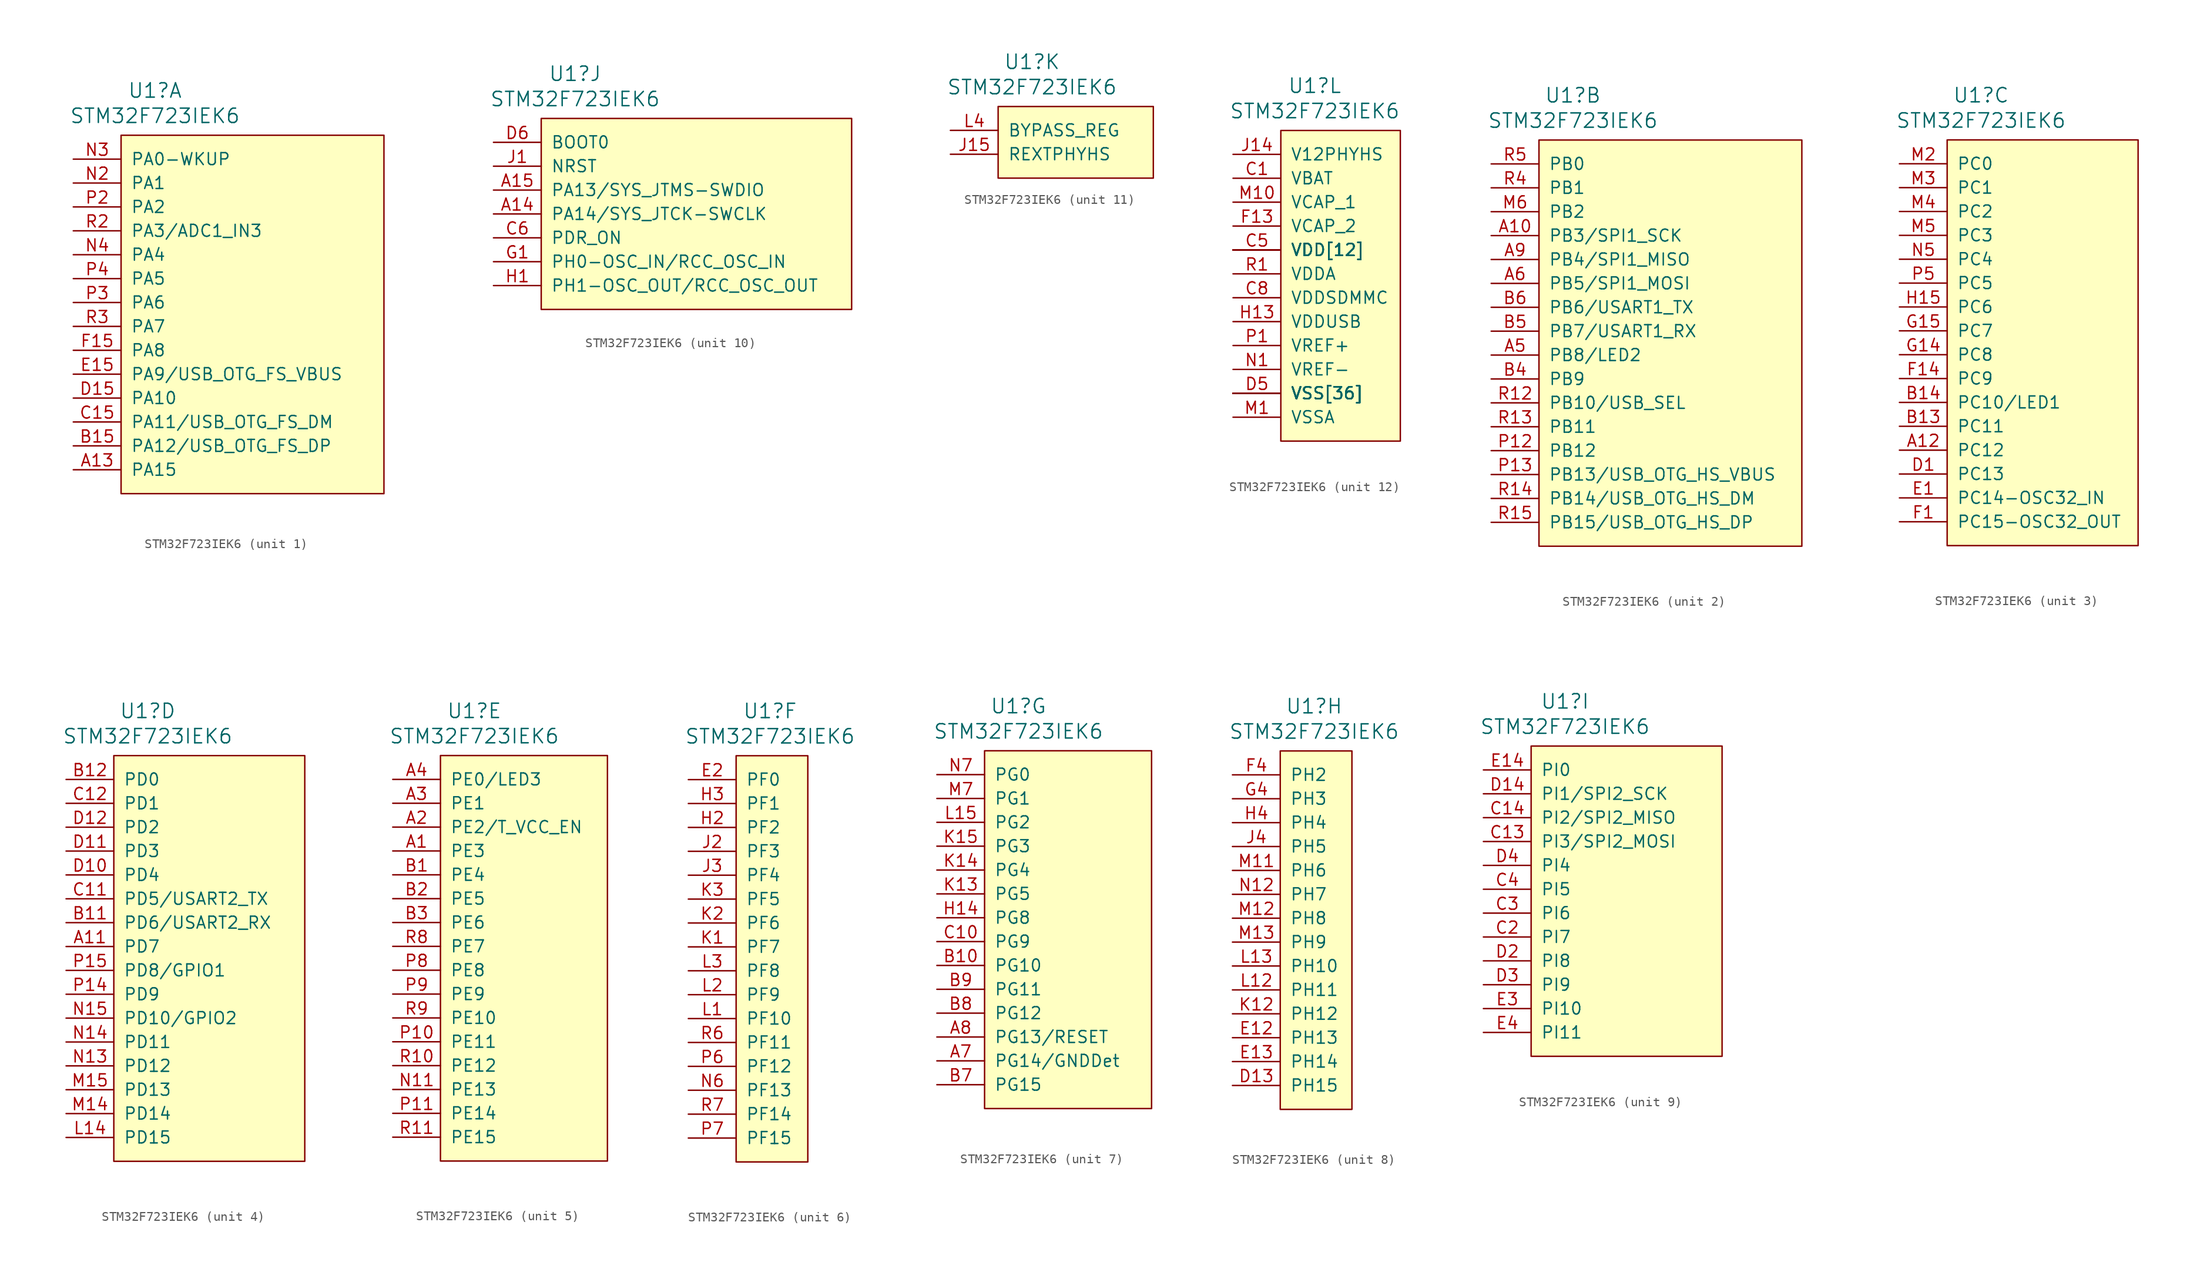
<source format=kicad_sym>
(kicad_symbol_lib
  (version 20231120)
  (generator "kicad_symbol_editor")
  (generator_version "8.0")
  (symbol "STM32F723IEK6"
    (pin_names
      (offset 1.016))
    (property "Reference" "U1"
      (at 8.687 7.29 0)
      (effects (font (size 1.524 1.524))))
    (property "Value" "STM32F723IEK6"
      (at 8.687 4.597 0)
      (effects (font (size 1.524 1.524))))
    (property "ki_locked" ""
      (at 0 0 0)
      (effects (font (size 1.27 1.27))))
    (symbol "STM32F723IEK6_1_1"
      (rectangle (start 5.08 2.54) (end 33.02 -35.56) (stroke (width 0) (type solid)) (fill (type background)))
      (pin bidirectional line (at 0 -33.02 0) (length 5.08) (name "PA15" (effects (font (size 1.27 1.27)))) (number "A13" (effects (font (size 1.27 1.27)))))
      (pin bidirectional line (at 0 -30.48 0) (length 5.08) (name "PA12/USB_OTG_FS_DP" (effects (font (size 1.27 1.27)))) (number "B15" (effects (font (size 1.27 1.27)))))
      (pin bidirectional line (at 0 -27.94 0) (length 5.08) (name "PA11/USB_OTG_FS_DM" (effects (font (size 1.27 1.27)))) (number "C15" (effects (font (size 1.27 1.27)))))
      (pin bidirectional line (at 0 -25.4 0) (length 5.08) (name "PA10" (effects (font (size 1.27 1.27)))) (number "D15" (effects (font (size 1.27 1.27)))))
      (pin bidirectional line (at 0 -22.86 0) (length 5.08) (name "PA9/USB_OTG_FS_VBUS" (effects (font (size 1.27 1.27)))) (number "E15" (effects (font (size 1.27 1.27)))))
      (pin bidirectional line (at 0 -20.32 0) (length 5.08) (name "PA8" (effects (font (size 1.27 1.27)))) (number "F15" (effects (font (size 1.27 1.27)))))
      (pin bidirectional line (at 0 -2.54 0) (length 5.08) (name "PA1" (effects (font (size 1.27 1.27)))) (number "N2" (effects (font (size 1.27 1.27)))))
      (pin bidirectional line (at 0 0 0) (length 5.08) (name "PA0-WKUP" (effects (font (size 1.27 1.27)))) (number "N3" (effects (font (size 1.27 1.27)))))
      (pin bidirectional line (at 0 -10.16 0) (length 5.08) (name "PA4" (effects (font (size 1.27 1.27)))) (number "N4" (effects (font (size 1.27 1.27)))))
      (pin bidirectional line (at 0 -5.08 0) (length 5.08) (name "PA2" (effects (font (size 1.27 1.27)))) (number "P2" (effects (font (size 1.27 1.27)))))
      (pin bidirectional line (at 0 -15.24 0) (length 5.08) (name "PA6" (effects (font (size 1.27 1.27)))) (number "P3" (effects (font (size 1.27 1.27)))))
      (pin bidirectional line (at 0 -12.7 0) (length 5.08) (name "PA5" (effects (font (size 1.27 1.27)))) (number "P4" (effects (font (size 1.27 1.27)))))
      (pin bidirectional line (at 0 -7.62 0) (length 5.08) (name "PA3/ADC1_IN3" (effects (font (size 1.27 1.27)))) (number "R2" (effects (font (size 1.27 1.27)))))
      (pin bidirectional line (at 0 -17.78 0) (length 5.08) (name "PA7" (effects (font (size 1.27 1.27)))) (number "R3" (effects (font (size 1.27 1.27))))))
    (symbol "STM32F723IEK6_2_1"
      (rectangle (start 5.08 2.54) (end 33.02 -40.64) (stroke (width 0) (type solid)) (fill (type background)))
      (pin bidirectional line (at 0 -7.62 0) (length 5.08) (name "PB3/SPI1_SCK" (effects (font (size 1.27 1.27)))) (number "A10" (effects (font (size 1.27 1.27)))))
      (pin output line (at 0 -20.32 0) (length 5.08) (name "PB8/LED2" (effects (font (size 1.27 1.27)))) (number "A5" (effects (font (size 1.27 1.27)))))
      (pin bidirectional line (at 0 -12.7 0) (length 5.08) (name "PB5/SPI1_MOSI" (effects (font (size 1.27 1.27)))) (number "A6" (effects (font (size 1.27 1.27)))))
      (pin bidirectional line (at 0 -10.16 0) (length 5.08) (name "PB4/SPI1_MISO" (effects (font (size 1.27 1.27)))) (number "A9" (effects (font (size 1.27 1.27)))))
      (pin bidirectional line (at 0 -22.86 0) (length 5.08) (name "PB9" (effects (font (size 1.27 1.27)))) (number "B4" (effects (font (size 1.27 1.27)))))
      (pin bidirectional line (at 0 -17.78 0) (length 5.08) (name "PB7/USART1_RX" (effects (font (size 1.27 1.27)))) (number "B5" (effects (font (size 1.27 1.27)))))
      (pin bidirectional line (at 0 -15.24 0) (length 5.08) (name "PB6/USART1_TX" (effects (font (size 1.27 1.27)))) (number "B6" (effects (font (size 1.27 1.27)))))
      (pin bidirectional line (at 0 -5.08 0) (length 5.08) (name "PB2" (effects (font (size 1.27 1.27)))) (number "M6" (effects (font (size 1.27 1.27)))))
      (pin bidirectional line (at 0 -30.48 0) (length 5.08) (name "PB12" (effects (font (size 1.27 1.27)))) (number "P12" (effects (font (size 1.27 1.27)))))
      (pin bidirectional line (at 0 -33.02 0) (length 5.08) (name "PB13/USB_OTG_HS_VBUS" (effects (font (size 1.27 1.27)))) (number "P13" (effects (font (size 1.27 1.27)))))
      (pin output line (at 0 -25.4 0) (length 5.08) (name "PB10/USB_SEL" (effects (font (size 1.27 1.27)))) (number "R12" (effects (font (size 1.27 1.27)))))
      (pin bidirectional line (at 0 -27.94 0) (length 5.08) (name "PB11" (effects (font (size 1.27 1.27)))) (number "R13" (effects (font (size 1.27 1.27)))))
      (pin bidirectional line (at 0 -35.56 0) (length 5.08) (name "PB14/USB_OTG_HS_DM" (effects (font (size 1.27 1.27)))) (number "R14" (effects (font (size 1.27 1.27)))))
      (pin bidirectional line (at 0 -38.1 0) (length 5.08) (name "PB15/USB_OTG_HS_DP" (effects (font (size 1.27 1.27)))) (number "R15" (effects (font (size 1.27 1.27)))))
      (pin bidirectional line (at 0 -2.54 0) (length 5.08) (name "PB1" (effects (font (size 1.27 1.27)))) (number "R4" (effects (font (size 1.27 1.27)))))
      (pin bidirectional line (at 0 0 0) (length 5.08) (name "PB0" (effects (font (size 1.27 1.27)))) (number "R5" (effects (font (size 1.27 1.27))))))
    (symbol "STM32F723IEK6_3_1"
      (rectangle (start 5.08 2.54) (end 25.4 -40.64) (stroke (width 0) (type solid)) (fill (type background)))
      (pin bidirectional line (at 0 -30.48 0) (length 5.08) (name "PC12" (effects (font (size 1.27 1.27)))) (number "A12" (effects (font (size 1.27 1.27)))))
      (pin bidirectional line (at 0 -27.94 0) (length 5.08) (name "PC11" (effects (font (size 1.27 1.27)))) (number "B13" (effects (font (size 1.27 1.27)))))
      (pin output line (at 0 -25.4 0) (length 5.08) (name "PC10/LED1" (effects (font (size 1.27 1.27)))) (number "B14" (effects (font (size 1.27 1.27)))))
      (pin bidirectional line (at 0 -33.02 0) (length 5.08) (name "PC13" (effects (font (size 1.27 1.27)))) (number "D1" (effects (font (size 1.27 1.27)))))
      (pin bidirectional line (at 0 -35.56 0) (length 5.08) (name "PC14-OSC32_IN" (effects (font (size 1.27 1.27)))) (number "E1" (effects (font (size 1.27 1.27)))))
      (pin bidirectional line (at 0 -38.1 0) (length 5.08) (name "PC15-OSC32_OUT" (effects (font (size 1.27 1.27)))) (number "F1" (effects (font (size 1.27 1.27)))))
      (pin bidirectional line (at 0 -22.86 0) (length 5.08) (name "PC9" (effects (font (size 1.27 1.27)))) (number "F14" (effects (font (size 1.27 1.27)))))
      (pin bidirectional line (at 0 -20.32 0) (length 5.08) (name "PC8" (effects (font (size 1.27 1.27)))) (number "G14" (effects (font (size 1.27 1.27)))))
      (pin bidirectional line (at 0 -17.78 0) (length 5.08) (name "PC7" (effects (font (size 1.27 1.27)))) (number "G15" (effects (font (size 1.27 1.27)))))
      (pin bidirectional line (at 0 -15.24 0) (length 5.08) (name "PC6" (effects (font (size 1.27 1.27)))) (number "H15" (effects (font (size 1.27 1.27)))))
      (pin bidirectional line (at 0 0 0) (length 5.08) (name "PC0" (effects (font (size 1.27 1.27)))) (number "M2" (effects (font (size 1.27 1.27)))))
      (pin bidirectional line (at 0 -2.54 0) (length 5.08) (name "PC1" (effects (font (size 1.27 1.27)))) (number "M3" (effects (font (size 1.27 1.27)))))
      (pin bidirectional line (at 0 -5.08 0) (length 5.08) (name "PC2" (effects (font (size 1.27 1.27)))) (number "M4" (effects (font (size 1.27 1.27)))))
      (pin bidirectional line (at 0 -7.62 0) (length 5.08) (name "PC3" (effects (font (size 1.27 1.27)))) (number "M5" (effects (font (size 1.27 1.27)))))
      (pin bidirectional line (at 0 -10.16 0) (length 5.08) (name "PC4" (effects (font (size 1.27 1.27)))) (number "N5" (effects (font (size 1.27 1.27)))))
      (pin bidirectional line (at 0 -12.7 0) (length 5.08) (name "PC5" (effects (font (size 1.27 1.27)))) (number "P5" (effects (font (size 1.27 1.27))))))
    (symbol "STM32F723IEK6_4_1"
      (rectangle (start 5.08 2.54) (end 25.4 -40.64) (stroke (width 0) (type solid)) (fill (type background)))
      (pin bidirectional line (at 0 -17.78 0) (length 5.08) (name "PD7" (effects (font (size 1.27 1.27)))) (number "A11" (effects (font (size 1.27 1.27)))))
      (pin bidirectional line (at 0 -15.24 0) (length 5.08) (name "PD6/USART2_RX" (effects (font (size 1.27 1.27)))) (number "B11" (effects (font (size 1.27 1.27)))))
      (pin bidirectional line (at 0 0 0) (length 5.08) (name "PD0" (effects (font (size 1.27 1.27)))) (number "B12" (effects (font (size 1.27 1.27)))))
      (pin bidirectional line (at 0 -12.7 0) (length 5.08) (name "PD5/USART2_TX" (effects (font (size 1.27 1.27)))) (number "C11" (effects (font (size 1.27 1.27)))))
      (pin bidirectional line (at 0 -2.54 0) (length 5.08) (name "PD1" (effects (font (size 1.27 1.27)))) (number "C12" (effects (font (size 1.27 1.27)))))
      (pin bidirectional line (at 0 -10.16 0) (length 5.08) (name "PD4" (effects (font (size 1.27 1.27)))) (number "D10" (effects (font (size 1.27 1.27)))))
      (pin bidirectional line (at 0 -7.62 0) (length 5.08) (name "PD3" (effects (font (size 1.27 1.27)))) (number "D11" (effects (font (size 1.27 1.27)))))
      (pin bidirectional line (at 0 -5.08 0) (length 5.08) (name "PD2" (effects (font (size 1.27 1.27)))) (number "D12" (effects (font (size 1.27 1.27)))))
      (pin bidirectional line (at 0 -38.1 0) (length 5.08) (name "PD15" (effects (font (size 1.27 1.27)))) (number "L14" (effects (font (size 1.27 1.27)))))
      (pin bidirectional line (at 0 -35.56 0) (length 5.08) (name "PD14" (effects (font (size 1.27 1.27)))) (number "M14" (effects (font (size 1.27 1.27)))))
      (pin bidirectional line (at 0 -33.02 0) (length 5.08) (name "PD13" (effects (font (size 1.27 1.27)))) (number "M15" (effects (font (size 1.27 1.27)))))
      (pin bidirectional line (at 0 -30.48 0) (length 5.08) (name "PD12" (effects (font (size 1.27 1.27)))) (number "N13" (effects (font (size 1.27 1.27)))))
      (pin bidirectional line (at 0 -27.94 0) (length 5.08) (name "PD11" (effects (font (size 1.27 1.27)))) (number "N14" (effects (font (size 1.27 1.27)))))
      (pin output line (at 0 -25.4 0) (length 5.08) (name "PD10/GPIO2" (effects (font (size 1.27 1.27)))) (number "N15" (effects (font (size 1.27 1.27)))))
      (pin bidirectional line (at 0 -22.86 0) (length 5.08) (name "PD9" (effects (font (size 1.27 1.27)))) (number "P14" (effects (font (size 1.27 1.27)))))
      (pin output line (at 0 -20.32 0) (length 5.08) (name "PD8/GPIO1" (effects (font (size 1.27 1.27)))) (number "P15" (effects (font (size 1.27 1.27))))))
    (symbol "STM32F723IEK6_5_1"
      (rectangle (start 5.08 2.54) (end 22.86 -40.64) (stroke (width 0) (type solid)) (fill (type background)))
      (pin bidirectional line (at 0 -7.62 0) (length 5.08) (name "PE3" (effects (font (size 1.27 1.27)))) (number "A1" (effects (font (size 1.27 1.27)))))
      (pin output line (at 0 -5.08 0) (length 5.08) (name "PE2/T_VCC_EN" (effects (font (size 1.27 1.27)))) (number "A2" (effects (font (size 1.27 1.27)))))
      (pin bidirectional line (at 0 -2.54 0) (length 5.08) (name "PE1" (effects (font (size 1.27 1.27)))) (number "A3" (effects (font (size 1.27 1.27)))))
      (pin output line (at 0 0 0) (length 5.08) (name "PE0/LED3" (effects (font (size 1.27 1.27)))) (number "A4" (effects (font (size 1.27 1.27)))))
      (pin bidirectional line (at 0 -10.16 0) (length 5.08) (name "PE4" (effects (font (size 1.27 1.27)))) (number "B1" (effects (font (size 1.27 1.27)))))
      (pin bidirectional line (at 0 -12.7 0) (length 5.08) (name "PE5" (effects (font (size 1.27 1.27)))) (number "B2" (effects (font (size 1.27 1.27)))))
      (pin bidirectional line (at 0 -15.24 0) (length 5.08) (name "PE6" (effects (font (size 1.27 1.27)))) (number "B3" (effects (font (size 1.27 1.27)))))
      (pin bidirectional line (at 0 -33.02 0) (length 5.08) (name "PE13" (effects (font (size 1.27 1.27)))) (number "N11" (effects (font (size 1.27 1.27)))))
      (pin bidirectional line (at 0 -27.94 0) (length 5.08) (name "PE11" (effects (font (size 1.27 1.27)))) (number "P10" (effects (font (size 1.27 1.27)))))
      (pin bidirectional line (at 0 -35.56 0) (length 5.08) (name "PE14" (effects (font (size 1.27 1.27)))) (number "P11" (effects (font (size 1.27 1.27)))))
      (pin bidirectional line (at 0 -20.32 0) (length 5.08) (name "PE8" (effects (font (size 1.27 1.27)))) (number "P8" (effects (font (size 1.27 1.27)))))
      (pin bidirectional line (at 0 -22.86 0) (length 5.08) (name "PE9" (effects (font (size 1.27 1.27)))) (number "P9" (effects (font (size 1.27 1.27)))))
      (pin bidirectional line (at 0 -30.48 0) (length 5.08) (name "PE12" (effects (font (size 1.27 1.27)))) (number "R10" (effects (font (size 1.27 1.27)))))
      (pin bidirectional line (at 0 -38.1 0) (length 5.08) (name "PE15" (effects (font (size 1.27 1.27)))) (number "R11" (effects (font (size 1.27 1.27)))))
      (pin bidirectional line (at 0 -17.78 0) (length 5.08) (name "PE7" (effects (font (size 1.27 1.27)))) (number "R8" (effects (font (size 1.27 1.27)))))
      (pin bidirectional line (at 0 -25.4 0) (length 5.08) (name "PE10" (effects (font (size 1.27 1.27)))) (number "R9" (effects (font (size 1.27 1.27))))))
    (symbol "STM32F723IEK6_6_1"
      (rectangle (start 5.08 2.54) (end 12.7 -40.64) (stroke (width 0) (type solid)) (fill (type background)))
      (pin bidirectional line (at 0 0 0) (length 5.08) (name "PF0" (effects (font (size 1.27 1.27)))) (number "E2" (effects (font (size 1.27 1.27)))))
      (pin bidirectional line (at 0 -5.08 0) (length 5.08) (name "PF2" (effects (font (size 1.27 1.27)))) (number "H2" (effects (font (size 1.27 1.27)))))
      (pin bidirectional line (at 0 -2.54 0) (length 5.08) (name "PF1" (effects (font (size 1.27 1.27)))) (number "H3" (effects (font (size 1.27 1.27)))))
      (pin bidirectional line (at 0 -7.62 0) (length 5.08) (name "PF3" (effects (font (size 1.27 1.27)))) (number "J2" (effects (font (size 1.27 1.27)))))
      (pin bidirectional line (at 0 -10.16 0) (length 5.08) (name "PF4" (effects (font (size 1.27 1.27)))) (number "J3" (effects (font (size 1.27 1.27)))))
      (pin bidirectional line (at 0 -17.78 0) (length 5.08) (name "PF7" (effects (font (size 1.27 1.27)))) (number "K1" (effects (font (size 1.27 1.27)))))
      (pin bidirectional line (at 0 -15.24 0) (length 5.08) (name "PF6" (effects (font (size 1.27 1.27)))) (number "K2" (effects (font (size 1.27 1.27)))))
      (pin bidirectional line (at 0 -12.7 0) (length 5.08) (name "PF5" (effects (font (size 1.27 1.27)))) (number "K3" (effects (font (size 1.27 1.27)))))
      (pin bidirectional line (at 0 -25.4 0) (length 5.08) (name "PF10" (effects (font (size 1.27 1.27)))) (number "L1" (effects (font (size 1.27 1.27)))))
      (pin bidirectional line (at 0 -22.86 0) (length 5.08) (name "PF9" (effects (font (size 1.27 1.27)))) (number "L2" (effects (font (size 1.27 1.27)))))
      (pin bidirectional line (at 0 -20.32 0) (length 5.08) (name "PF8" (effects (font (size 1.27 1.27)))) (number "L3" (effects (font (size 1.27 1.27)))))
      (pin bidirectional line (at 0 -33.02 0) (length 5.08) (name "PF13" (effects (font (size 1.27 1.27)))) (number "N6" (effects (font (size 1.27 1.27)))))
      (pin bidirectional line (at 0 -30.48 0) (length 5.08) (name "PF12" (effects (font (size 1.27 1.27)))) (number "P6" (effects (font (size 1.27 1.27)))))
      (pin bidirectional line (at 0 -38.1 0) (length 5.08) (name "PF15" (effects (font (size 1.27 1.27)))) (number "P7" (effects (font (size 1.27 1.27)))))
      (pin bidirectional line (at 0 -27.94 0) (length 5.08) (name "PF11" (effects (font (size 1.27 1.27)))) (number "R6" (effects (font (size 1.27 1.27)))))
      (pin bidirectional line (at 0 -35.56 0) (length 5.08) (name "PF14" (effects (font (size 1.27 1.27)))) (number "R7" (effects (font (size 1.27 1.27))))))
    (symbol "STM32F723IEK6_7_1"
      (rectangle (start 5.08 2.54) (end 22.86 -35.56) (stroke (width 0) (type solid)) (fill (type background)))
      (pin output line (at 0 -30.48 0) (length 5.08) (name "PG14/GNDDet" (effects (font (size 1.27 1.27)))) (number "A7" (effects (font (size 1.27 1.27)))))
      (pin output line (at 0 -27.94 0) (length 5.08) (name "PG13/RESET" (effects (font (size 1.27 1.27)))) (number "A8" (effects (font (size 1.27 1.27)))))
      (pin bidirectional line (at 0 -20.32 0) (length 5.08) (name "PG10" (effects (font (size 1.27 1.27)))) (number "B10" (effects (font (size 1.27 1.27)))))
      (pin bidirectional line (at 0 -33.02 0) (length 5.08) (name "PG15" (effects (font (size 1.27 1.27)))) (number "B7" (effects (font (size 1.27 1.27)))))
      (pin bidirectional line (at 0 -25.4 0) (length 5.08) (name "PG12" (effects (font (size 1.27 1.27)))) (number "B8" (effects (font (size 1.27 1.27)))))
      (pin bidirectional line (at 0 -22.86 0) (length 5.08) (name "PG11" (effects (font (size 1.27 1.27)))) (number "B9" (effects (font (size 1.27 1.27)))))
      (pin bidirectional line (at 0 -17.78 0) (length 5.08) (name "PG9" (effects (font (size 1.27 1.27)))) (number "C10" (effects (font (size 1.27 1.27)))))
      (pin bidirectional line (at 0 -15.24 0) (length 5.08) (name "PG8" (effects (font (size 1.27 1.27)))) (number "H14" (effects (font (size 1.27 1.27)))))
      (pin bidirectional line (at 0 -12.7 0) (length 5.08) (name "PG5" (effects (font (size 1.27 1.27)))) (number "K13" (effects (font (size 1.27 1.27)))))
      (pin bidirectional line (at 0 -10.16 0) (length 5.08) (name "PG4" (effects (font (size 1.27 1.27)))) (number "K14" (effects (font (size 1.27 1.27)))))
      (pin bidirectional line (at 0 -7.62 0) (length 5.08) (name "PG3" (effects (font (size 1.27 1.27)))) (number "K15" (effects (font (size 1.27 1.27)))))
      (pin bidirectional line (at 0 -5.08 0) (length 5.08) (name "PG2" (effects (font (size 1.27 1.27)))) (number "L15" (effects (font (size 1.27 1.27)))))
      (pin bidirectional line (at 0 -2.54 0) (length 5.08) (name "PG1" (effects (font (size 1.27 1.27)))) (number "M7" (effects (font (size 1.27 1.27)))))
      (pin bidirectional line (at 0 0 0) (length 5.08) (name "PG0" (effects (font (size 1.27 1.27)))) (number "N7" (effects (font (size 1.27 1.27))))))
    (symbol "STM32F723IEK6_8_1"
      (rectangle (start 5.08 2.54) (end 12.7 -35.56) (stroke (width 0) (type solid)) (fill (type background)))
      (pin bidirectional line (at 0 -33.02 0) (length 5.08) (name "PH15" (effects (font (size 1.27 1.27)))) (number "D13" (effects (font (size 1.27 1.27)))))
      (pin bidirectional line (at 0 -27.94 0) (length 5.08) (name "PH13" (effects (font (size 1.27 1.27)))) (number "E12" (effects (font (size 1.27 1.27)))))
      (pin bidirectional line (at 0 -30.48 0) (length 5.08) (name "PH14" (effects (font (size 1.27 1.27)))) (number "E13" (effects (font (size 1.27 1.27)))))
      (pin bidirectional line (at 0 0 0) (length 5.08) (name "PH2" (effects (font (size 1.27 1.27)))) (number "F4" (effects (font (size 1.27 1.27)))))
      (pin bidirectional line (at 0 -2.54 0) (length 5.08) (name "PH3" (effects (font (size 1.27 1.27)))) (number "G4" (effects (font (size 1.27 1.27)))))
      (pin bidirectional line (at 0 -5.08 0) (length 5.08) (name "PH4" (effects (font (size 1.27 1.27)))) (number "H4" (effects (font (size 1.27 1.27)))))
      (pin bidirectional line (at 0 -7.62 0) (length 5.08) (name "PH5" (effects (font (size 1.27 1.27)))) (number "J4" (effects (font (size 1.27 1.27)))))
      (pin bidirectional line (at 0 -25.4 0) (length 5.08) (name "PH12" (effects (font (size 1.27 1.27)))) (number "K12" (effects (font (size 1.27 1.27)))))
      (pin bidirectional line (at 0 -22.86 0) (length 5.08) (name "PH11" (effects (font (size 1.27 1.27)))) (number "L12" (effects (font (size 1.27 1.27)))))
      (pin bidirectional line (at 0 -20.32 0) (length 5.08) (name "PH10" (effects (font (size 1.27 1.27)))) (number "L13" (effects (font (size 1.27 1.27)))))
      (pin bidirectional line (at 0 -10.16 0) (length 5.08) (name "PH6" (effects (font (size 1.27 1.27)))) (number "M11" (effects (font (size 1.27 1.27)))))
      (pin bidirectional line (at 0 -15.24 0) (length 5.08) (name "PH8" (effects (font (size 1.27 1.27)))) (number "M12" (effects (font (size 1.27 1.27)))))
      (pin bidirectional line (at 0 -17.78 0) (length 5.08) (name "PH9" (effects (font (size 1.27 1.27)))) (number "M13" (effects (font (size 1.27 1.27)))))
      (pin bidirectional line (at 0 -12.7 0) (length 5.08) (name "PH7" (effects (font (size 1.27 1.27)))) (number "N12" (effects (font (size 1.27 1.27))))))
    (symbol "STM32F723IEK6_9_1"
      (rectangle (start 5.08 2.54) (end 25.4 -30.48) (stroke (width 0) (type solid)) (fill (type background)))
      (pin bidirectional line (at 0 -7.62 0) (length 5.08) (name "PI3/SPI2_MOSI" (effects (font (size 1.27 1.27)))) (number "C13" (effects (font (size 1.27 1.27)))))
      (pin bidirectional line (at 0 -5.08 0) (length 5.08) (name "PI2/SPI2_MISO" (effects (font (size 1.27 1.27)))) (number "C14" (effects (font (size 1.27 1.27)))))
      (pin bidirectional line (at 0 -17.78 0) (length 5.08) (name "PI7" (effects (font (size 1.27 1.27)))) (number "C2" (effects (font (size 1.27 1.27)))))
      (pin bidirectional line (at 0 -15.24 0) (length 5.08) (name "PI6" (effects (font (size 1.27 1.27)))) (number "C3" (effects (font (size 1.27 1.27)))))
      (pin bidirectional line (at 0 -12.7 0) (length 5.08) (name "PI5" (effects (font (size 1.27 1.27)))) (number "C4" (effects (font (size 1.27 1.27)))))
      (pin bidirectional line (at 0 -2.54 0) (length 5.08) (name "PI1/SPI2_SCK" (effects (font (size 1.27 1.27)))) (number "D14" (effects (font (size 1.27 1.27)))))
      (pin bidirectional line (at 0 -20.32 0) (length 5.08) (name "PI8" (effects (font (size 1.27 1.27)))) (number "D2" (effects (font (size 1.27 1.27)))))
      (pin bidirectional line (at 0 -22.86 0) (length 5.08) (name "PI9" (effects (font (size 1.27 1.27)))) (number "D3" (effects (font (size 1.27 1.27)))))
      (pin bidirectional line (at 0 -10.16 0) (length 5.08) (name "PI4" (effects (font (size 1.27 1.27)))) (number "D4" (effects (font (size 1.27 1.27)))))
      (pin bidirectional line (at 0 0 0) (length 5.08) (name "PI0" (effects (font (size 1.27 1.27)))) (number "E14" (effects (font (size 1.27 1.27)))))
      (pin bidirectional line (at 0 -25.4 0) (length 5.08) (name "PI10" (effects (font (size 1.27 1.27)))) (number "E3" (effects (font (size 1.27 1.27)))))
      (pin bidirectional line (at 0 -27.94 0) (length 5.08) (name "PI11" (effects (font (size 1.27 1.27)))) (number "E4" (effects (font (size 1.27 1.27))))))
    (symbol "STM32F723IEK6_10_1"
      (rectangle (start 5.08 2.54) (end 38.1 -17.78) (stroke (width 0) (type solid)) (fill (type background)))
      (pin bidirectional line (at 0 -7.62 0) (length 5.08) (name "PA14/SYS_JTCK-SWCLK" (effects (font (size 1.27 1.27)))) (number "A14" (effects (font (size 1.27 1.27)))))
      (pin bidirectional line (at 0 -5.08 0) (length 5.08) (name "PA13/SYS_JTMS-SWDIO" (effects (font (size 1.27 1.27)))) (number "A15" (effects (font (size 1.27 1.27)))))
      (pin input line (at 0 -10.16 0) (length 5.08) (name "PDR_ON" (effects (font (size 1.27 1.27)))) (number "C6" (effects (font (size 1.27 1.27)))))
      (pin input line (at 0 0 0) (length 5.08) (name "BOOT0" (effects (font (size 1.27 1.27)))) (number "D6" (effects (font (size 1.27 1.27)))))
      (pin bidirectional line (at 0 -12.7 0) (length 5.08) (name "PH0-OSC_IN/RCC_OSC_IN" (effects (font (size 1.27 1.27)))) (number "G1" (effects (font (size 1.27 1.27)))))
      (pin bidirectional line (at 0 -15.24 0) (length 5.08) (name "PH1-OSC_OUT/RCC_OSC_OUT" (effects (font (size 1.27 1.27)))) (number "H1" (effects (font (size 1.27 1.27)))))
      (pin input line (at 0 -2.54 0) (length 5.08) (name "NRST" (effects (font (size 1.27 1.27)))) (number "J1" (effects (font (size 1.27 1.27))))))
    (symbol "STM32F723IEK6_11_1"
      (rectangle (start 5.08 2.54) (end 21.59 -5.08) (stroke (width 0) (type solid)) (fill (type background)))
      (pin bidirectional line (at 0 -2.54 0) (length 5.08) (name "REXTPHYHS" (effects (font (size 1.27 1.27)))) (number "J15" (effects (font (size 1.27 1.27)))))
      (pin input line (at 0 0 0) (length 5.08) (name "BYPASS_REG" (effects (font (size 1.27 1.27)))) (number "L4" (effects (font (size 1.27 1.27))))))
    (symbol "STM32F723IEK6_12_1"
      (rectangle (start 5.08 2.54) (end 17.78 -30.48) (stroke (width 0) (type solid)) (fill (type background)))
      (pin power_in line (at 0 -2.54 0) (length 5.08) (name "VBAT" (effects (font (size 1.27 1.27)))) (number "C1" (effects (font (size 1.27 1.27)))))
      (pin power_in line (at 0 -10.16 0) (length 5.08) (name "VDD[12]" (effects (font (size 1.27 1.27)))) (number "C5" (effects (font (size 1.27 1.27)))))
      (pin power_in line (at 0 -10.16 0) (length 5.08) (name "VDD[12]" (effects (font (size 1.27 1.27)))) (number "C7" (effects (font (size 0 0)))))
      (pin power_in line (at 0 -15.24 0) (length 5.08) (name "VDDSDMMC" (effects (font (size 1.27 1.27)))) (number "C8" (effects (font (size 1.27 1.27)))))
      (pin power_in line (at 0 -10.16 0) (length 5.08) (name "VDD[12]" (effects (font (size 1.27 1.27)))) (number "C9" (effects (font (size 0 0)))))
      (pin power_in line (at 0 -25.4 0) (length 5.08) (name "VSS[36]" (effects (font (size 1.27 1.27)))) (number "D5" (effects (font (size 1.27 1.27)))))
      (pin power_in line (at 0 -25.4 0) (length 5.08) (name "VSS[36]" (effects (font (size 1.27 1.27)))) (number "D7" (effects (font (size 0 0)))))
      (pin power_in line (at 0 -25.4 0) (length 5.08) (name "VSS[36]" (effects (font (size 1.27 1.27)))) (number "D8" (effects (font (size 0 0)))))
      (pin power_in line (at 0 -25.4 0) (length 5.08) (name "VSS[36]" (effects (font (size 1.27 1.27)))) (number "D9" (effects (font (size 0 0)))))
      (pin power_in line (at 0 -25.4 0) (length 5.08) (name "VSS[36]" (effects (font (size 1.27 1.27)))) (number "F10" (effects (font (size 0 0)))))
      (pin power_in line (at 0 -25.4 0) (length 5.08) (name "VSS[36]" (effects (font (size 1.27 1.27)))) (number "F12" (effects (font (size 0 0)))))
      (pin passive line (at 0 -7.62 0) (length 5.08) (name "VCAP_2" (effects (font (size 1.27 1.27)))) (number "F13" (effects (font (size 1.27 1.27)))))
      (pin power_in line (at 0 -25.4 0) (length 5.08) (name "VSS[36]" (effects (font (size 1.27 1.27)))) (number "F2" (effects (font (size 0 0)))))
      (pin power_in line (at 0 -10.16 0) (length 5.08) (name "VDD[12]" (effects (font (size 1.27 1.27)))) (number "F3" (effects (font (size 0 0)))))
      (pin power_in line (at 0 -25.4 0) (length 5.08) (name "VSS[36]" (effects (font (size 1.27 1.27)))) (number "F6" (effects (font (size 0 0)))))
      (pin power_in line (at 0 -25.4 0) (length 5.08) (name "VSS[36]" (effects (font (size 1.27 1.27)))) (number "F7" (effects (font (size 0 0)))))
      (pin power_in line (at 0 -25.4 0) (length 5.08) (name "VSS[36]" (effects (font (size 1.27 1.27)))) (number "F8" (effects (font (size 0 0)))))
      (pin power_in line (at 0 -25.4 0) (length 5.08) (name "VSS[36]" (effects (font (size 1.27 1.27)))) (number "F9" (effects (font (size 0 0)))))
      (pin power_in line (at 0 -25.4 0) (length 5.08) (name "VSS[36]" (effects (font (size 1.27 1.27)))) (number "G10" (effects (font (size 0 0)))))
      (pin power_in line (at 0 -25.4 0) (length 5.08) (name "VSS[36]" (effects (font (size 1.27 1.27)))) (number "G12" (effects (font (size 0 0)))))
      (pin power_in line (at 0 -10.16 0) (length 5.08) (name "VDD[12]" (effects (font (size 1.27 1.27)))) (number "G13" (effects (font (size 0 0)))))
      (pin power_in line (at 0 -25.4 0) (length 5.08) (name "VSS[36]" (effects (font (size 1.27 1.27)))) (number "G2" (effects (font (size 0 0)))))
      (pin power_in line (at 0 -10.16 0) (length 5.08) (name "VDD[12]" (effects (font (size 1.27 1.27)))) (number "G3" (effects (font (size 0 0)))))
      (pin power_in line (at 0 -25.4 0) (length 5.08) (name "VSS[36]" (effects (font (size 1.27 1.27)))) (number "G6" (effects (font (size 0 0)))))
      (pin power_in line (at 0 -25.4 0) (length 5.08) (name "VSS[36]" (effects (font (size 1.27 1.27)))) (number "G7" (effects (font (size 0 0)))))
      (pin power_in line (at 0 -25.4 0) (length 5.08) (name "VSS[36]" (effects (font (size 1.27 1.27)))) (number "G8" (effects (font (size 0 0)))))
      (pin power_in line (at 0 -25.4 0) (length 5.08) (name "VSS[36]" (effects (font (size 1.27 1.27)))) (number "G9" (effects (font (size 0 0)))))
      (pin power_in line (at 0 -25.4 0) (length 5.08) (name "VSS[36]" (effects (font (size 1.27 1.27)))) (number "H10" (effects (font (size 0 0)))))
      (pin power_in line (at 0 -25.4 0) (length 5.08) (name "VSS[36]" (effects (font (size 1.27 1.27)))) (number "H12" (effects (font (size 0 0)))))
      (pin power_in line (at 0 -17.78 0) (length 5.08) (name "VDDUSB" (effects (font (size 1.27 1.27)))) (number "H13" (effects (font (size 1.27 1.27)))))
      (pin power_in line (at 0 -25.4 0) (length 5.08) (name "VSS[36]" (effects (font (size 1.27 1.27)))) (number "H6" (effects (font (size 0 0)))))
      (pin power_in line (at 0 -25.4 0) (length 5.08) (name "VSS[36]" (effects (font (size 1.27 1.27)))) (number "H7" (effects (font (size 0 0)))))
      (pin power_in line (at 0 -25.4 0) (length 5.08) (name "VSS[36]" (effects (font (size 1.27 1.27)))) (number "H8" (effects (font (size 0 0)))))
      (pin power_in line (at 0 -25.4 0) (length 5.08) (name "VSS[36]" (effects (font (size 1.27 1.27)))) (number "H9" (effects (font (size 0 0)))))
      (pin power_in line (at 0 -25.4 0) (length 5.08) (name "VSS[36]" (effects (font (size 1.27 1.27)))) (number "J10" (effects (font (size 0 0)))))
      (pin power_in line (at 0 -10.16 0) (length 5.08) (name "VDD[12]" (effects (font (size 1.27 1.27)))) (number "J12" (effects (font (size 0 0)))))
      (pin power_in line (at 0 -10.16 0) (length 5.08) (name "VDD[12]" (effects (font (size 1.27 1.27)))) (number "J13" (effects (font (size 0 0)))))
      (pin passive line (at 0 0 0) (length 5.08) (name "V12PHYHS" (effects (font (size 1.27 1.27)))) (number "J14" (effects (font (size 1.27 1.27)))))
      (pin power_in line (at 0 -25.4 0) (length 5.08) (name "VSS[36]" (effects (font (size 1.27 1.27)))) (number "J6" (effects (font (size 0 0)))))
      (pin power_in line (at 0 -25.4 0) (length 5.08) (name "VSS[36]" (effects (font (size 1.27 1.27)))) (number "J7" (effects (font (size 0 0)))))
      (pin power_in line (at 0 -25.4 0) (length 5.08) (name "VSS[36]" (effects (font (size 1.27 1.27)))) (number "J8" (effects (font (size 0 0)))))
      (pin power_in line (at 0 -25.4 0) (length 5.08) (name "VSS[36]" (effects (font (size 1.27 1.27)))) (number "J9" (effects (font (size 0 0)))))
      (pin power_in line (at 0 -25.4 0) (length 5.08) (name "VSS[36]" (effects (font (size 1.27 1.27)))) (number "K10" (effects (font (size 0 0)))))
      (pin power_in line (at 0 -10.16 0) (length 5.08) (name "VDD[12]" (effects (font (size 1.27 1.27)))) (number "K4" (effects (font (size 0 0)))))
      (pin power_in line (at 0 -25.4 0) (length 5.08) (name "VSS[36]" (effects (font (size 1.27 1.27)))) (number "K6" (effects (font (size 0 0)))))
      (pin power_in line (at 0 -25.4 0) (length 5.08) (name "VSS[36]" (effects (font (size 1.27 1.27)))) (number "K7" (effects (font (size 0 0)))))
      (pin power_in line (at 0 -25.4 0) (length 5.08) (name "VSS[36]" (effects (font (size 1.27 1.27)))) (number "K8" (effects (font (size 0 0)))))
      (pin power_in line (at 0 -25.4 0) (length 5.08) (name "VSS[36]" (effects (font (size 1.27 1.27)))) (number "K9" (effects (font (size 0 0)))))
      (pin power_in line (at 0 -27.94 0) (length 5.08) (name "VSSA" (effects (font (size 1.27 1.27)))) (number "M1" (effects (font (size 1.27 1.27)))))
      (pin passive line (at 0 -5.08 0) (length 5.08) (name "VCAP_1" (effects (font (size 1.27 1.27)))) (number "M10" (effects (font (size 1.27 1.27)))))
      (pin power_in line (at 0 -25.4 0) (length 5.08) (name "VSS[36]" (effects (font (size 1.27 1.27)))) (number "M8" (effects (font (size 0 0)))))
      (pin power_in line (at 0 -25.4 0) (length 5.08) (name "VSS[36]" (effects (font (size 1.27 1.27)))) (number "M9" (effects (font (size 0 0)))))
      (pin power_in line (at 0 -22.86 0) (length 5.08) (name "VREF-" (effects (font (size 1.27 1.27)))) (number "N1" (effects (font (size 1.27 1.27)))))
      (pin power_in line (at 0 -10.16 0) (length 5.08) (name "VDD[12]" (effects (font (size 1.27 1.27)))) (number "N10" (effects (font (size 0 0)))))
      (pin power_in line (at 0 -10.16 0) (length 5.08) (name "VDD[12]" (effects (font (size 1.27 1.27)))) (number "N8" (effects (font (size 0 0)))))
      (pin power_in line (at 0 -10.16 0) (length 5.08) (name "VDD[12]" (effects (font (size 1.27 1.27)))) (number "N9" (effects (font (size 0 0)))))
      (pin power_in line (at 0 -20.32 0) (length 5.08) (name "VREF+" (effects (font (size 1.27 1.27)))) (number "P1" (effects (font (size 1.27 1.27)))))
      (pin power_in line (at 0 -12.7 0) (length 5.08) (name "VDDA" (effects (font (size 1.27 1.27)))) (number "R1" (effects (font (size 1.27 1.27))))))))
</source>
